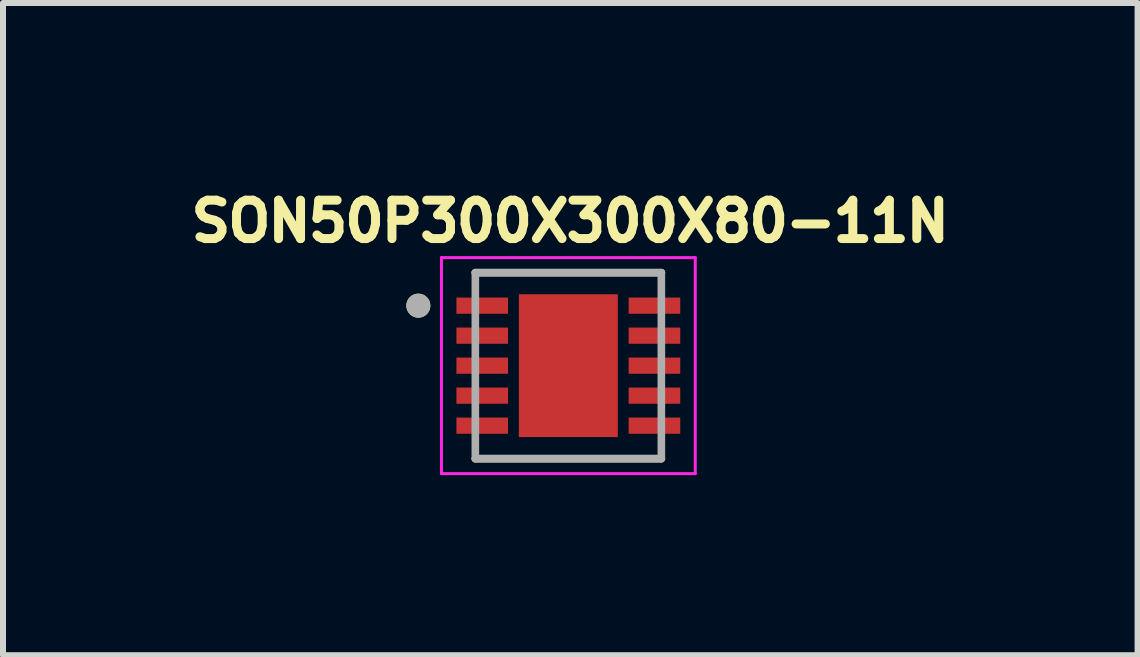
<source format=kicad_pcb>
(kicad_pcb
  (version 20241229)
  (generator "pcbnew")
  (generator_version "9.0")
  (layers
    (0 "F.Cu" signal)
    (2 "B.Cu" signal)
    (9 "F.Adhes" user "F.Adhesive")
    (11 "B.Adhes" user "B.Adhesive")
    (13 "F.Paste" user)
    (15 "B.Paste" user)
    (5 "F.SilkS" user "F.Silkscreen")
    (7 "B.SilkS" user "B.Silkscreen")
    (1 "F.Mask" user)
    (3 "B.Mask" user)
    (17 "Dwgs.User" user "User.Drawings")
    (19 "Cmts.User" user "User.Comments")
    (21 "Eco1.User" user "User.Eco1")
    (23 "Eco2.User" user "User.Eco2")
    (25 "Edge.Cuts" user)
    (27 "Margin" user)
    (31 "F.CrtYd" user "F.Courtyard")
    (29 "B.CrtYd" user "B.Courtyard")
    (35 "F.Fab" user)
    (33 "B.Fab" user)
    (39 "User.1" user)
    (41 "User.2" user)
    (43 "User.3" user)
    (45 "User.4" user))
  (footprint "SON50P300X300X80-11N"
    (layer "F.Cu")
    (at 6.422 3.044)
    (property "Reference" "SON50P300X300X80-11N" (at 0.032 -2.406 0) (layer "F.SilkS") (effects (font (size 0.64 0.64) (thickness 0.15))))
    (attr smd)
    (fp_line (start -1.55 1.55) (end 1.55 1.55) (stroke (width 0.127) (type solid)) (layer "F.SilkS"))
    (fp_line (start 1.55 -1.55) (end -1.55 -1.55) (stroke (width 0.127) (type solid)) (layer "F.SilkS"))
    (fp_circle (center -2.5 -1) (end -2.4 -1) (stroke (width 0.2) (type solid)) (fill no) (layer "F.SilkS"))
    (fp_poly (pts (xy -0.522 -0.753) (xy 0.522 -0.753) (xy 0.522 0.753) (xy -0.522 0.753)) (stroke (width 0.01) (type solid)) (fill yes) (layer "F.Paste"))
    (fp_line (start -2.115 -1.8) (end -2.115 1.8) (stroke (width 0.05) (type solid)) (layer "F.CrtYd"))
    (fp_line (start -2.115 1.8) (end 2.115 1.8) (stroke (width 0.05) (type solid)) (layer "F.CrtYd"))
    (fp_line (start 2.115 -1.8) (end -2.115 -1.8) (stroke (width 0.05) (type solid)) (layer "F.CrtYd"))
    (fp_line (start 2.115 1.8) (end 2.115 -1.8) (stroke (width 0.05) (type solid)) (layer "F.CrtYd"))
    (fp_line (start -1.55 -1.55) (end -1.55 1.55) (stroke (width 0.127) (type solid)) (layer "F.Fab"))
    (fp_line (start -1.55 1.55) (end 1.55 1.55) (stroke (width 0.127) (type solid)) (layer "F.Fab"))
    (fp_line (start 1.55 -1.55) (end -1.55 -1.55) (stroke (width 0.127) (type solid)) (layer "F.Fab"))
    (fp_line (start 1.55 1.55) (end 1.55 -1.55) (stroke (width 0.127) (type solid)) (layer "F.Fab"))
    (fp_circle (center -2.5 -1) (end -2.4 -1) (stroke (width 0.2) (type solid)) (fill no) (layer "F.Fab"))
    (pad "1" smd rect (at -1.435 -1) (size 0.86 0.27) (layers "F.Cu" "F.Mask" "F.Paste"))
    (pad "2" smd rect (at -1.435 -0.5) (size 0.86 0.27) (layers "F.Cu" "F.Mask" "F.Paste"))
    (pad "3" smd rect (at -1.435 0) (size 0.86 0.27) (layers "F.Cu" "F.Mask" "F.Paste"))
    (pad "4" smd rect (at -1.435 0.5) (size 0.86 0.27) (layers "F.Cu" "F.Mask" "F.Paste"))
    (pad "5" smd rect (at -1.435 1) (size 0.86 0.27) (layers "F.Cu" "F.Mask" "F.Paste"))
    (pad "6" smd rect (at 1.435 1) (size 0.86 0.27) (layers "F.Cu" "F.Mask" "F.Paste"))
    (pad "7" smd rect (at 1.435 0.5) (size 0.86 0.27) (layers "F.Cu" "F.Mask" "F.Paste"))
    (pad "8" smd rect (at 1.435 0) (size 0.86 0.27) (layers "F.Cu" "F.Mask" "F.Paste"))
    (pad "9" smd rect (at 1.435 -0.5) (size 0.86 0.27) (layers "F.Cu" "F.Mask" "F.Paste"))
    (pad "10" smd rect (at 1.435 -1) (size 0.86 0.27) (layers "F.Cu" "F.Mask" "F.Paste"))
    (pad "11" smd rect (at 0 0) (size 1.65 2.38) (layers "F.Cu" "F.Mask")))
  (gr_rect
    (start -3 -3)
    (end 15.909 7.869)
    (stroke (width 0.1) (type default))
    (fill no)
    (layer "Edge.Cuts")))
</source>
